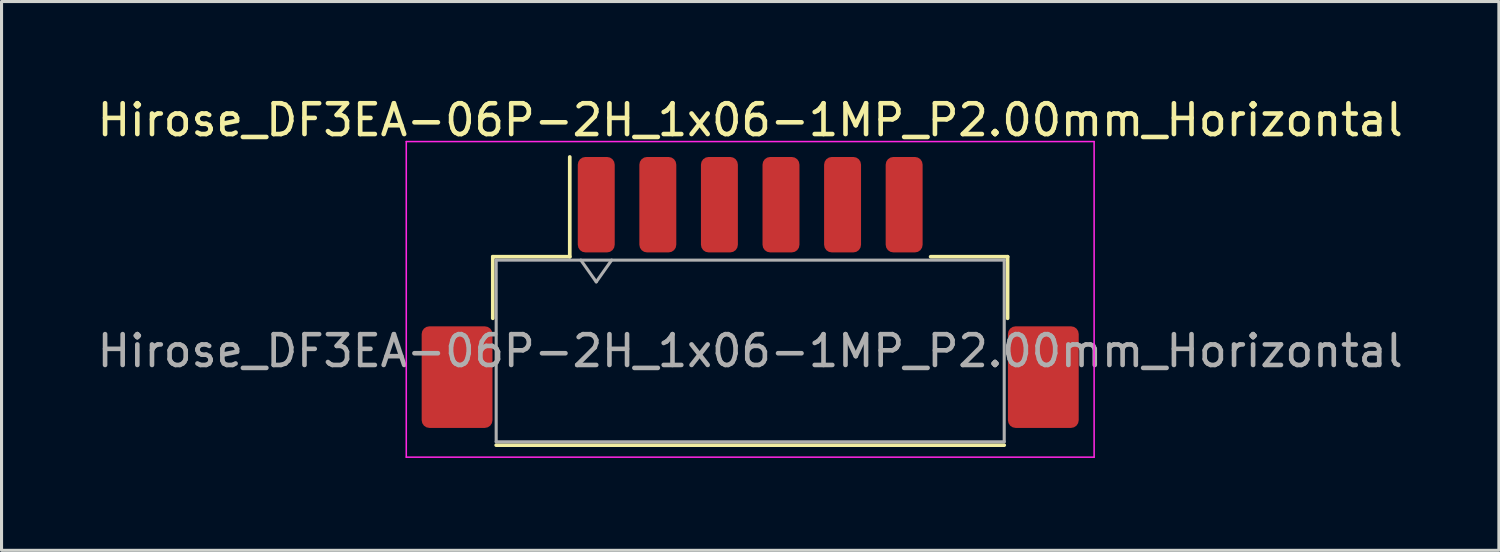
<source format=kicad_pcb>
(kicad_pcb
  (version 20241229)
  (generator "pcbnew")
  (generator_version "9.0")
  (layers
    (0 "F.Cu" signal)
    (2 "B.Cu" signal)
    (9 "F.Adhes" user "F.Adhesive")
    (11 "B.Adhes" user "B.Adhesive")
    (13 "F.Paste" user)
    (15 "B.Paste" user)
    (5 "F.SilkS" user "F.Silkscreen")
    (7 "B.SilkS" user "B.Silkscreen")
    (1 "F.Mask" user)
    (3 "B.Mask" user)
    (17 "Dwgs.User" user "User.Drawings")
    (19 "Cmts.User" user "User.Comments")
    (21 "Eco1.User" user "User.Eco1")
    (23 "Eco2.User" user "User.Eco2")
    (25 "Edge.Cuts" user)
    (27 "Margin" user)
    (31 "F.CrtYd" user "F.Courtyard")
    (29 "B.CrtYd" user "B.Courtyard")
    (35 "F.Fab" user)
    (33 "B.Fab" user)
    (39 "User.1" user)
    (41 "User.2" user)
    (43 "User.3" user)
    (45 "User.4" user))
  (footprint "Hirose_DF3EA-06P-2H_1x06-1MP_P2.00mm_Horizontal"
    (layer "F.Cu")
    (at 21.315 6.448)
    (property "Reference" "Hirose_DF3EA-06P-2H_1x06-1MP_P2.00mm_Horizontal" (at 0 -5.6 0) (layer "F.SilkS") (effects (font (size 1 1) (thickness 0.15))))
    (attr smd)
    (fp_line (start -8.36 -1.16) (end -5.86 -1.16) (stroke (width 0.12) (type solid)) (layer "F.SilkS"))
    (fp_line (start -8.36 0.84) (end -8.36 -1.16) (stroke (width 0.12) (type solid)) (layer "F.SilkS"))
    (fp_line (start -8.25 4.96) (end 8.25 4.96) (stroke (width 0.12) (type solid)) (layer "F.SilkS"))
    (fp_line (start -5.86 -1.16) (end -5.86 -4.4) (stroke (width 0.12) (type solid)) (layer "F.SilkS"))
    (fp_line (start 8.36 -1.16) (end 5.86 -1.16) (stroke (width 0.12) (type solid)) (layer "F.SilkS"))
    (fp_line (start 8.36 0.84) (end 8.36 -1.16) (stroke (width 0.12) (type solid)) (layer "F.SilkS"))
    (fp_line (start -11.17 -4.9) (end -11.17 5.35) (stroke (width 0.05) (type solid)) (layer "F.CrtYd"))
    (fp_line (start -11.17 5.35) (end 11.17 5.35) (stroke (width 0.05) (type solid)) (layer "F.CrtYd"))
    (fp_line (start 11.17 -4.9) (end -11.17 -4.9) (stroke (width 0.05) (type solid)) (layer "F.CrtYd"))
    (fp_line (start 11.17 5.35) (end 11.17 -4.9) (stroke (width 0.05) (type solid)) (layer "F.CrtYd"))
    (fp_line (start -8.25 -1.05) (end -8.25 4.85) (stroke (width 0.1) (type solid)) (layer "F.Fab"))
    (fp_line (start -8.25 -1.05) (end 8.25 -1.05) (stroke (width 0.1) (type solid)) (layer "F.Fab"))
    (fp_line (start -8.25 4.85) (end 8.25 4.85) (stroke (width 0.1) (type solid)) (layer "F.Fab"))
    (fp_line (start -5.5 -1.05) (end -5 -0.343) (stroke (width 0.1) (type solid)) (layer "F.Fab"))
    (fp_line (start -5 -0.343) (end -4.5 -1.05) (stroke (width 0.1) (type solid)) (layer "F.Fab"))
    (fp_line (start 8.25 -1.05) (end 8.25 4.85) (stroke (width 0.1) (type solid)) (layer "F.Fab"))
    (fp_text user "${REFERENCE}" (at 0 1.9 0) (layer "F.Fab") (effects (font (size 1 1) (thickness 0.15))))
    (pad "1" smd roundrect (at -5 -2.85) (size 1.2 3.1) (layers "F.Cu" "F.Mask" "F.Paste") (roundrect_rratio 0.208))
    (pad "2" smd roundrect (at -3 -2.85) (size 1.2 3.1) (layers "F.Cu" "F.Mask" "F.Paste") (roundrect_rratio 0.208))
    (pad "3" smd roundrect (at -1 -2.85) (size 1.2 3.1) (layers "F.Cu" "F.Mask" "F.Paste") (roundrect_rratio 0.208))
    (pad "4" smd roundrect (at 1 -2.85) (size 1.2 3.1) (layers "F.Cu" "F.Mask" "F.Paste") (roundrect_rratio 0.208))
    (pad "5" smd roundrect (at 3 -2.85) (size 1.2 3.1) (layers "F.Cu" "F.Mask" "F.Paste") (roundrect_rratio 0.208))
    (pad "6" smd roundrect (at 5 -2.85) (size 1.2 3.1) (layers "F.Cu" "F.Mask" "F.Paste") (roundrect_rratio 0.208))
    (pad "MP" smd roundrect (at -9.52 2.75) (size 2.3 3.3) (layers "F.Cu" "F.Mask" "F.Paste") (roundrect_rratio 0.109))
    (pad "MP" smd roundrect (at 9.52 2.75) (size 2.3 3.3) (layers "F.Cu" "F.Mask" "F.Paste") (roundrect_rratio 0.109)))
  (gr_rect
    (start -3 -3)
    (end 45.631 14.823)
    (stroke (width 0.1) (type default))
    (fill no)
    (layer "Edge.Cuts")))
</source>
